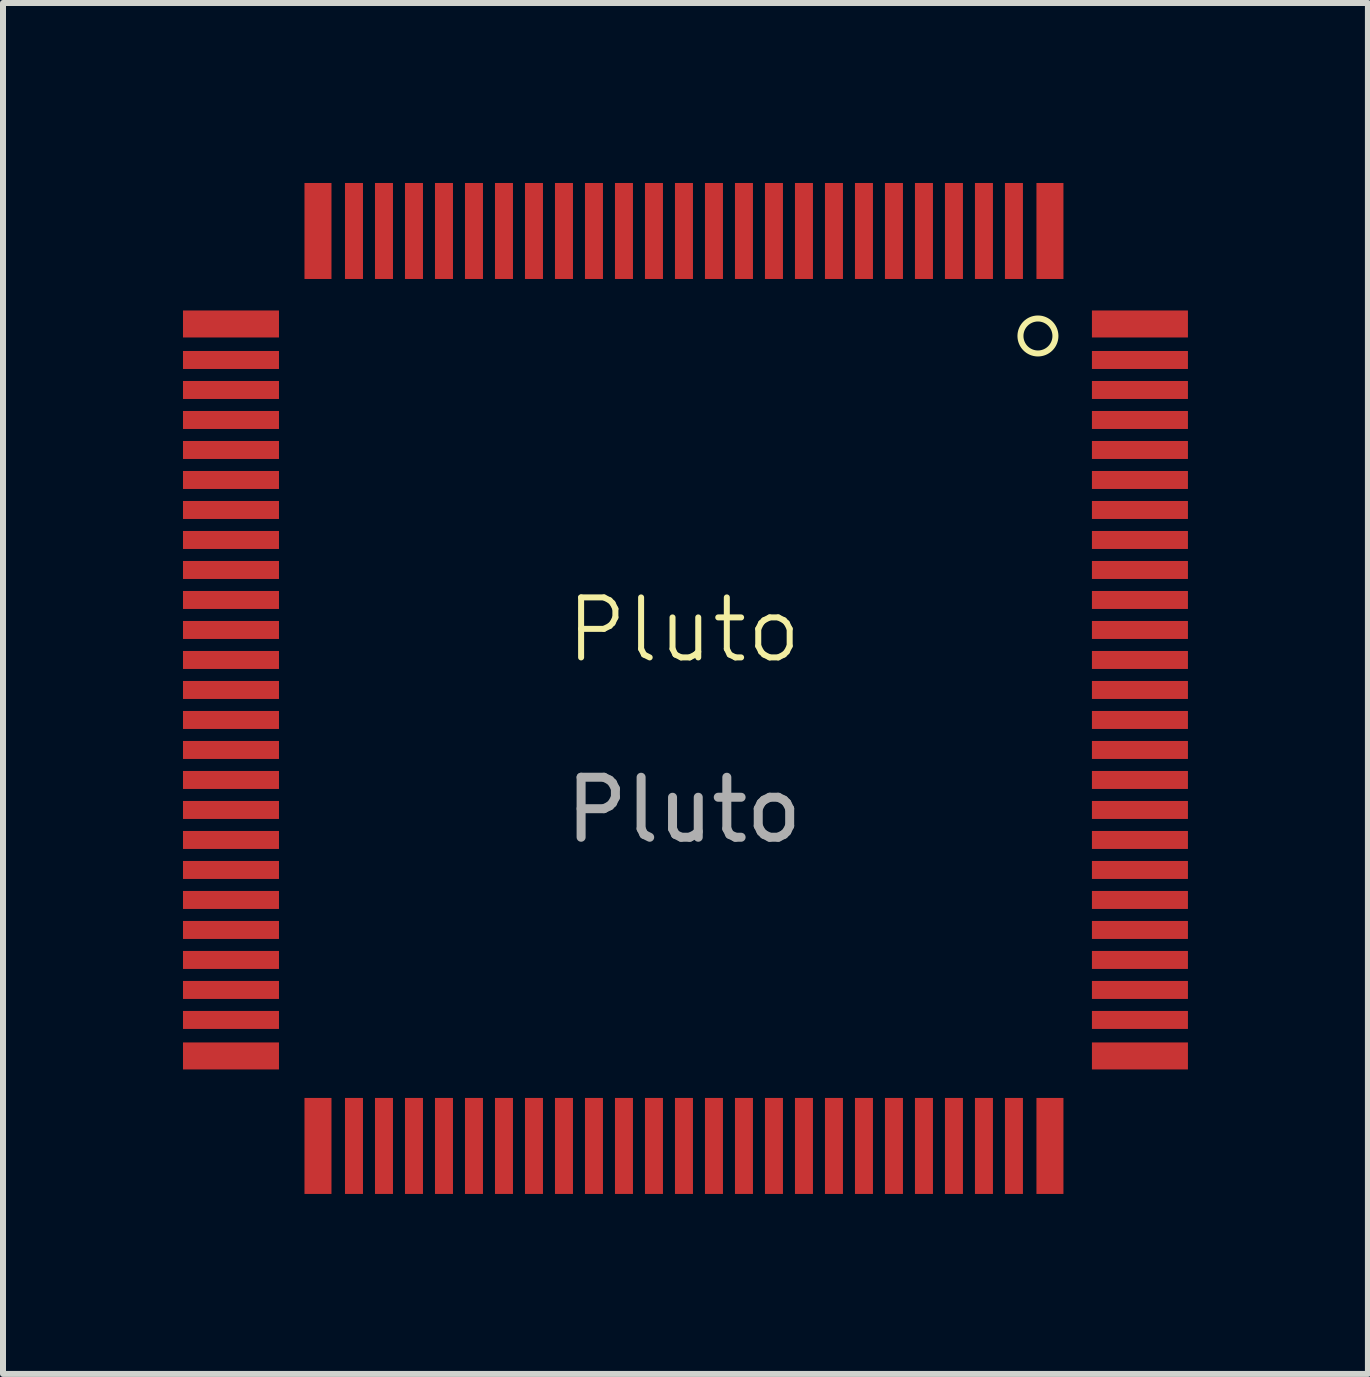
<source format=kicad_pcb>
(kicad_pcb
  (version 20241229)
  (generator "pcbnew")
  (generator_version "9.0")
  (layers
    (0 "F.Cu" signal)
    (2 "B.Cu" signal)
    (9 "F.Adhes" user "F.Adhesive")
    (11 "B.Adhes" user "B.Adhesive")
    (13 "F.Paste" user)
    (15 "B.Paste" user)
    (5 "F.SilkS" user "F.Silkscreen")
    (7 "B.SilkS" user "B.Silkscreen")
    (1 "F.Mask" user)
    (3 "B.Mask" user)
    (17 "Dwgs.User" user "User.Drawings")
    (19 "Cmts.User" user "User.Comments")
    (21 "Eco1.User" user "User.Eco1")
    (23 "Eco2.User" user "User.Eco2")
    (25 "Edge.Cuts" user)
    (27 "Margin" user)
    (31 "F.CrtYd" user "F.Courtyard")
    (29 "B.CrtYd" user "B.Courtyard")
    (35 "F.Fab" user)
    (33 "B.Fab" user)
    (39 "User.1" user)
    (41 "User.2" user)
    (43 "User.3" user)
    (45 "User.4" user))
  (footprint "Pluto"
    (layer "F.Cu")
    (at 8.35 7.95)
    (property "Reference" "Pluto" (at 0 -0.5 0) (unlocked yes) (layer "F.SilkS") (effects (font (size 1 1) (thickness 0.1))))
    (attr smd)
    (fp_circle (center 5.9 -5.4) (end 6.15 -5.25) (stroke (width 0.1) (type default)) (fill no) (layer "F.SilkS"))
    (fp_text user "${REFERENCE}" (at 0 2.5 0) (unlocked yes) (layer "F.Fab") (effects (font (size 1 1) (thickness 0.15))))
    (pad "1" smd rect (at 6.1 -7.15 270) (size 1.6 0.45) (layers "F.Cu" "F.Mask" "F.Paste"))
    (pad "2" smd rect (at 5.5 -7.15 270) (size 1.6 0.3) (layers "F.Cu" "F.Mask" "F.Paste"))
    (pad "3" smd rect (at 5 -7.15 270) (size 1.6 0.3) (layers "F.Cu" "F.Mask" "F.Paste"))
    (pad "4" smd rect (at 4.5 -7.15 270) (size 1.6 0.3) (layers "F.Cu" "F.Mask" "F.Paste"))
    (pad "5" smd rect (at 4 -7.15 270) (size 1.6 0.3) (layers "F.Cu" "F.Mask" "F.Paste"))
    (pad "6" smd rect (at 3.5 -7.15 270) (size 1.6 0.3) (layers "F.Cu" "F.Mask" "F.Paste"))
    (pad "7" smd rect (at 3 -7.15 270) (size 1.6 0.3) (layers "F.Cu" "F.Mask" "F.Paste"))
    (pad "8" smd rect (at 2.5 -7.15 270) (size 1.6 0.3) (layers "F.Cu" "F.Mask" "F.Paste"))
    (pad "9" smd rect (at 2 -7.15 270) (size 1.6 0.3) (layers "F.Cu" "F.Mask" "F.Paste"))
    (pad "10" smd rect (at 1.5 -7.15 270) (size 1.6 0.3) (layers "F.Cu" "F.Mask" "F.Paste"))
    (pad "11" smd rect (at 1 -7.15 270) (size 1.6 0.3) (layers "F.Cu" "F.Mask" "F.Paste"))
    (pad "12" smd rect (at 0.5 -7.15 270) (size 1.6 0.3) (layers "F.Cu" "F.Mask" "F.Paste"))
    (pad "13" smd rect (at 0 -7.15 270) (size 1.6 0.3) (layers "F.Cu" "F.Mask" "F.Paste"))
    (pad "14" smd rect (at -0.5 -7.15 270) (size 1.6 0.3) (layers "F.Cu" "F.Mask" "F.Paste"))
    (pad "15" smd rect (at -1 -7.15 270) (size 1.6 0.3) (layers "F.Cu" "F.Mask" "F.Paste"))
    (pad "16" smd rect (at -1.5 -7.15 270) (size 1.6 0.3) (layers "F.Cu" "F.Mask" "F.Paste"))
    (pad "17" smd rect (at -2 -7.15 270) (size 1.6 0.3) (layers "F.Cu" "F.Mask" "F.Paste"))
    (pad "18" smd rect (at -2.5 -7.15 270) (size 1.6 0.3) (layers "F.Cu" "F.Mask" "F.Paste"))
    (pad "19" smd rect (at -3 -7.15 270) (size 1.6 0.3) (layers "F.Cu" "F.Mask" "F.Paste"))
    (pad "20" smd rect (at -3.5 -7.15 270) (size 1.6 0.3) (layers "F.Cu" "F.Mask" "F.Paste"))
    (pad "21" smd rect (at -4 -7.15 270) (size 1.6 0.3) (layers "F.Cu" "F.Mask" "F.Paste"))
    (pad "22" smd rect (at -4.5 -7.15 270) (size 1.6 0.3) (layers "F.Cu" "F.Mask" "F.Paste"))
    (pad "23" smd rect (at -5 -7.15 270) (size 1.6 0.3) (layers "F.Cu" "F.Mask" "F.Paste"))
    (pad "24" smd rect (at -5.5 -7.15 270) (size 1.6 0.3) (layers "F.Cu" "F.Mask" "F.Paste"))
    (pad "25" smd rect (at -6.1 -7.15 270) (size 1.6 0.45) (layers "F.Cu" "F.Mask" "F.Paste"))
    (pad "26" smd rect (at -7.55 -5.6) (size 1.6 0.45) (layers "F.Cu" "F.Mask" "F.Paste"))
    (pad "27" smd rect (at -7.55 -5) (size 1.6 0.3) (layers "F.Cu" "F.Mask" "F.Paste"))
    (pad "28" smd rect (at -7.55 -4.5) (size 1.6 0.3) (layers "F.Cu" "F.Mask" "F.Paste"))
    (pad "29" smd rect (at -7.55 -4) (size 1.6 0.3) (layers "F.Cu" "F.Mask" "F.Paste"))
    (pad "30" smd rect (at -7.55 -3.5) (size 1.6 0.3) (layers "F.Cu" "F.Mask" "F.Paste"))
    (pad "31" smd rect (at -7.55 -3) (size 1.6 0.3) (layers "F.Cu" "F.Mask" "F.Paste"))
    (pad "32" smd rect (at -7.55 -2.5) (size 1.6 0.3) (layers "F.Cu" "F.Mask" "F.Paste"))
    (pad "33" smd rect (at -7.55 -2) (size 1.6 0.3) (layers "F.Cu" "F.Mask" "F.Paste"))
    (pad "34" smd rect (at -7.55 -1.5) (size 1.6 0.3) (layers "F.Cu" "F.Mask" "F.Paste"))
    (pad "35" smd rect (at -7.55 -1) (size 1.6 0.3) (layers "F.Cu" "F.Mask" "F.Paste"))
    (pad "36" smd rect (at -7.55 -0.5) (size 1.6 0.3) (layers "F.Cu" "F.Mask" "F.Paste"))
    (pad "37" smd rect (at -7.55 0) (size 1.6 0.3) (layers "F.Cu" "F.Mask" "F.Paste"))
    (pad "38" smd rect (at -7.55 0.5) (size 1.6 0.3) (layers "F.Cu" "F.Mask" "F.Paste"))
    (pad "39" smd rect (at -7.55 1) (size 1.6 0.3) (layers "F.Cu" "F.Mask" "F.Paste"))
    (pad "40" smd rect (at -7.55 1.5) (size 1.6 0.3) (layers "F.Cu" "F.Mask" "F.Paste"))
    (pad "41" smd rect (at -7.55 2) (size 1.6 0.3) (layers "F.Cu" "F.Mask" "F.Paste"))
    (pad "42" smd rect (at -7.55 2.5) (size 1.6 0.3) (layers "F.Cu" "F.Mask" "F.Paste"))
    (pad "43" smd rect (at -7.55 3) (size 1.6 0.3) (layers "F.Cu" "F.Mask" "F.Paste"))
    (pad "44" smd rect (at -7.55 3.5) (size 1.6 0.3) (layers "F.Cu" "F.Mask" "F.Paste"))
    (pad "45" smd rect (at -7.55 4) (size 1.6 0.3) (layers "F.Cu" "F.Mask" "F.Paste"))
    (pad "46" smd rect (at -7.55 4.5) (size 1.6 0.3) (layers "F.Cu" "F.Mask" "F.Paste"))
    (pad "47" smd rect (at -7.55 5) (size 1.6 0.3) (layers "F.Cu" "F.Mask" "F.Paste"))
    (pad "48" smd rect (at -7.55 5.5) (size 1.6 0.3) (layers "F.Cu" "F.Mask" "F.Paste"))
    (pad "49" smd rect (at -7.55 6) (size 1.6 0.3) (layers "F.Cu" "F.Mask" "F.Paste"))
    (pad "50" smd rect (at -7.55 6.6) (size 1.6 0.45) (layers "F.Cu" "F.Mask" "F.Paste"))
    (pad "51" smd rect (at -6.1 8.1 90) (size 1.6 0.45) (layers "F.Cu" "F.Mask" "F.Paste"))
    (pad "52" smd rect (at -5.5 8.1 90) (size 1.6 0.3) (layers "F.Cu" "F.Mask" "F.Paste"))
    (pad "53" smd rect (at -5 8.1 90) (size 1.6 0.3) (layers "F.Cu" "F.Mask" "F.Paste"))
    (pad "54" smd rect (at -4.5 8.1 90) (size 1.6 0.3) (layers "F.Cu" "F.Mask" "F.Paste"))
    (pad "55" smd rect (at -4 8.1 90) (size 1.6 0.3) (layers "F.Cu" "F.Mask" "F.Paste"))
    (pad "56" smd rect (at -3.5 8.1 90) (size 1.6 0.3) (layers "F.Cu" "F.Mask" "F.Paste"))
    (pad "57" smd rect (at -3 8.1 90) (size 1.6 0.3) (layers "F.Cu" "F.Mask" "F.Paste"))
    (pad "58" smd rect (at -2.5 8.1 90) (size 1.6 0.3) (layers "F.Cu" "F.Mask" "F.Paste"))
    (pad "59" smd rect (at -2 8.1 90) (size 1.6 0.3) (layers "F.Cu" "F.Mask" "F.Paste"))
    (pad "60" smd rect (at -1.5 8.1 90) (size 1.6 0.3) (layers "F.Cu" "F.Mask" "F.Paste"))
    (pad "61" smd rect (at -1 8.1 90) (size 1.6 0.3) (layers "F.Cu" "F.Mask" "F.Paste"))
    (pad "62" smd rect (at -0.5 8.1 90) (size 1.6 0.3) (layers "F.Cu" "F.Mask" "F.Paste"))
    (pad "63" smd rect (at 0 8.1 90) (size 1.6 0.3) (layers "F.Cu" "F.Mask" "F.Paste"))
    (pad "64" smd rect (at 0.5 8.1 90) (size 1.6 0.3) (layers "F.Cu" "F.Mask" "F.Paste"))
    (pad "65" smd rect (at 1 8.1 90) (size 1.6 0.3) (layers "F.Cu" "F.Mask" "F.Paste"))
    (pad "66" smd rect (at 1.5 8.1 90) (size 1.6 0.3) (layers "F.Cu" "F.Mask" "F.Paste"))
    (pad "67" smd rect (at 2 8.1 90) (size 1.6 0.3) (layers "F.Cu" "F.Mask" "F.Paste"))
    (pad "68" smd rect (at 2.5 8.1 90) (size 1.6 0.3) (layers "F.Cu" "F.Mask" "F.Paste"))
    (pad "69" smd rect (at 3 8.1 90) (size 1.6 0.3) (layers "F.Cu" "F.Mask" "F.Paste"))
    (pad "70" smd rect (at 3.5 8.1 90) (size 1.6 0.3) (layers "F.Cu" "F.Mask" "F.Paste"))
    (pad "71" smd rect (at 4 8.1 90) (size 1.6 0.3) (layers "F.Cu" "F.Mask" "F.Paste"))
    (pad "72" smd rect (at 4.5 8.1 90) (size 1.6 0.3) (layers "F.Cu" "F.Mask" "F.Paste"))
    (pad "73" smd rect (at 5 8.1 90) (size 1.6 0.3) (layers "F.Cu" "F.Mask" "F.Paste"))
    (pad "74" smd rect (at 5.5 8.1 90) (size 1.6 0.3) (layers "F.Cu" "F.Mask" "F.Paste"))
    (pad "75" smd rect (at 6.1 8.1 90) (size 1.6 0.45) (layers "F.Cu" "F.Mask" "F.Paste"))
    (pad "76" smd rect (at 7.6 6.6 180) (size 1.6 0.45) (layers "F.Cu" "F.Mask" "F.Paste"))
    (pad "77" smd rect (at 7.6 6 180) (size 1.6 0.3) (layers "F.Cu" "F.Mask" "F.Paste"))
    (pad "78" smd rect (at 7.6 5.5 180) (size 1.6 0.3) (layers "F.Cu" "F.Mask" "F.Paste"))
    (pad "79" smd rect (at 7.6 5 180) (size 1.6 0.3) (layers "F.Cu" "F.Mask" "F.Paste"))
    (pad "80" smd rect (at 7.6 4.5 180) (size 1.6 0.3) (layers "F.Cu" "F.Mask" "F.Paste"))
    (pad "81" smd rect (at 7.6 4 180) (size 1.6 0.3) (layers "F.Cu" "F.Mask" "F.Paste"))
    (pad "82" smd rect (at 7.6 3.5 180) (size 1.6 0.3) (layers "F.Cu" "F.Mask" "F.Paste"))
    (pad "83" smd rect (at 7.6 3 180) (size 1.6 0.3) (layers "F.Cu" "F.Mask" "F.Paste"))
    (pad "84" smd rect (at 7.6 2.5 180) (size 1.6 0.3) (layers "F.Cu" "F.Mask" "F.Paste"))
    (pad "85" smd rect (at 7.6 2 180) (size 1.6 0.3) (layers "F.Cu" "F.Mask" "F.Paste"))
    (pad "86" smd rect (at 7.6 1.5 180) (size 1.6 0.3) (layers "F.Cu" "F.Mask" "F.Paste"))
    (pad "87" smd rect (at 7.6 1 180) (size 1.6 0.3) (layers "F.Cu" "F.Mask" "F.Paste"))
    (pad "88" smd rect (at 7.6 0.5 180) (size 1.6 0.3) (layers "F.Cu" "F.Mask" "F.Paste"))
    (pad "89" smd rect (at 7.6 0 180) (size 1.6 0.3) (layers "F.Cu" "F.Mask" "F.Paste"))
    (pad "90" smd rect (at 7.6 -0.5 180) (size 1.6 0.3) (layers "F.Cu" "F.Mask" "F.Paste"))
    (pad "91" smd rect (at 7.6 -1 180) (size 1.6 0.3) (layers "F.Cu" "F.Mask" "F.Paste"))
    (pad "92" smd rect (at 7.6 -1.5 180) (size 1.6 0.3) (layers "F.Cu" "F.Mask" "F.Paste"))
    (pad "93" smd rect (at 7.6 -2 180) (size 1.6 0.3) (layers "F.Cu" "F.Mask" "F.Paste"))
    (pad "94" smd rect (at 7.6 -2.5 180) (size 1.6 0.3) (layers "F.Cu" "F.Mask" "F.Paste"))
    (pad "95" smd rect (at 7.6 -3 180) (size 1.6 0.3) (layers "F.Cu" "F.Mask" "F.Paste"))
    (pad "96" smd rect (at 7.6 -3.5 180) (size 1.6 0.3) (layers "F.Cu" "F.Mask" "F.Paste"))
    (pad "97" smd rect (at 7.6 -4 180) (size 1.6 0.3) (layers "F.Cu" "F.Mask" "F.Paste"))
    (pad "98" smd rect (at 7.6 -4.5 180) (size 1.6 0.3) (layers "F.Cu" "F.Mask" "F.Paste"))
    (pad "99" smd rect (at 7.6 -5 180) (size 1.6 0.3) (layers "F.Cu" "F.Mask" "F.Paste"))
    (pad "100" smd rect (at 7.6 -5.6 180) (size 1.6 0.45) (layers "F.Cu" "F.Mask" "F.Paste")))
  (gr_rect
    (start -3 -3)
    (end 19.75 19.85)
    (stroke (width 0.1) (type default))
    (fill no)
    (layer "Edge.Cuts")))
</source>
